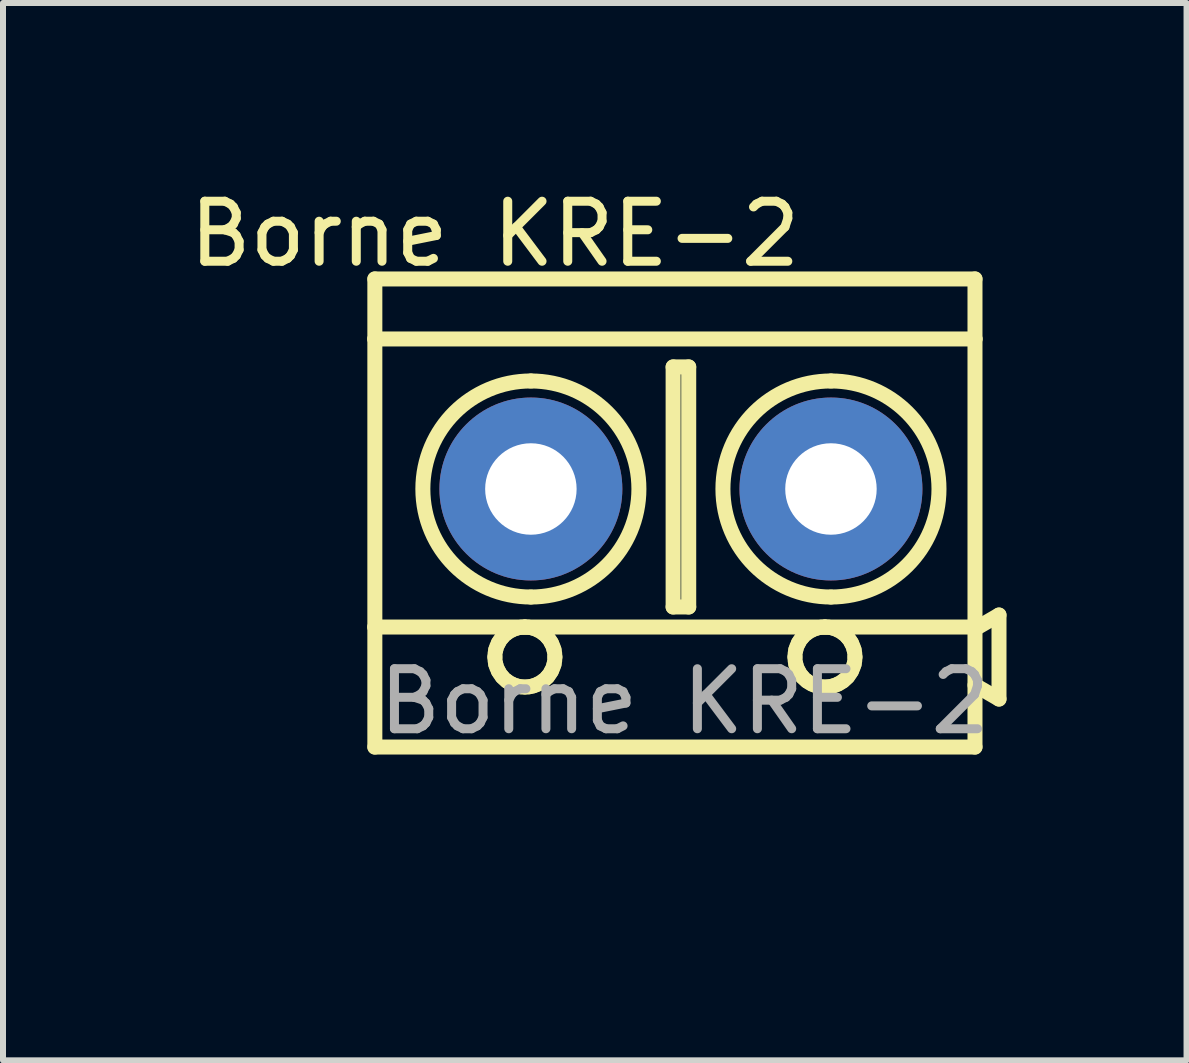
<source format=kicad_pcb>
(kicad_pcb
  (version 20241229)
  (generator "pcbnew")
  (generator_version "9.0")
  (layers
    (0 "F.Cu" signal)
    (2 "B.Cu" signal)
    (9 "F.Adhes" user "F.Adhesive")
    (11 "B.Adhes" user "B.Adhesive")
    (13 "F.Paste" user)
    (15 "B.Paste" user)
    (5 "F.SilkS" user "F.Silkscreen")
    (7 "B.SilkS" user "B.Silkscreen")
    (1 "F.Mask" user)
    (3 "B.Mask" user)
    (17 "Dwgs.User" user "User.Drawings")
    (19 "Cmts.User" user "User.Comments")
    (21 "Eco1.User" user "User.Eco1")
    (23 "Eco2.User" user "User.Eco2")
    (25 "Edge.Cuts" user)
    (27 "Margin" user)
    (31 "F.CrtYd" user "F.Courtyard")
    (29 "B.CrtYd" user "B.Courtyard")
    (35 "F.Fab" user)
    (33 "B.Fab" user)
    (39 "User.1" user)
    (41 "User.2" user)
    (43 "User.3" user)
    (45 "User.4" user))
  (footprint "Borne KRE-2"
    (layer "F.Cu")
    (at 8.516 11.368)
    (property "Reference" "Borne KRE-2" (at -3.32 -10.52 0) (unlocked yes) (layer "F.SilkS") (effects (font (size 1 1) (thickness 0.15))))
    (attr through_hole)
    (fp_line (start -5.32 -9.77) (end -5.32 -8.77) (stroke (width 0.25) (type solid)) (layer "F.SilkS"))
    (fp_line (start -5.32 -8.77) (end -5.32 -3.97) (stroke (width 0.25) (type solid)) (layer "F.SilkS"))
    (fp_line (start -5.32 -3.97) (end -5.32 -1.97) (stroke (width 0.25) (type solid)) (layer "F.SilkS"))
    (fp_line (start -2.82 -3.97) (end -5.32 -3.97) (stroke (width 0.25) (type solid)) (layer "F.SilkS"))
    (fp_line (start -0.35 -8.304) (end -0.35 -4.304) (stroke (width 0.25) (type solid)) (layer "F.SilkS"))
    (fp_line (start -0.35 -4.304) (end -0.09 -4.304) (stroke (width 0.25) (type solid)) (layer "F.SilkS"))
    (fp_line (start -0.09 -8.304) (end -0.35 -8.304) (stroke (width 0.25) (type solid)) (layer "F.SilkS"))
    (fp_line (start -0.09 -4.304) (end -0.09 -8.304) (stroke (width 0.25) (type solid)) (layer "F.SilkS"))
    (fp_line (start 2.18 -3.97) (end -2.82 -3.97) (stroke (width 0.25) (type solid)) (layer "F.SilkS"))
    (fp_line (start 4.68 -9.77) (end -5.32 -9.77) (stroke (width 0.25) (type solid)) (layer "F.SilkS"))
    (fp_line (start 4.68 -9.77) (end 4.68 -8.77) (stroke (width 0.25) (type solid)) (layer "F.SilkS"))
    (fp_line (start 4.68 -8.77) (end -5.32 -8.77) (stroke (width 0.25) (type solid)) (layer "F.SilkS"))
    (fp_line (start 4.68 -8.77) (end 4.68 -3.97) (stroke (width 0.25) (type solid)) (layer "F.SilkS"))
    (fp_line (start 4.68 -3.97) (end 2.18 -3.97) (stroke (width 0.25) (type solid)) (layer "F.SilkS"))
    (fp_line (start 4.68 -3.97) (end 4.68 -1.97) (stroke (width 0.25) (type solid)) (layer "F.SilkS"))
    (fp_line (start 4.68 -3.939) (end 5.08 -4.17) (stroke (width 0.25) (type solid)) (layer "F.SilkS"))
    (fp_line (start 4.68 -1.97) (end -5.32 -1.97) (stroke (width 0.25) (type solid)) (layer "F.SilkS"))
    (fp_line (start 5.08 -4.17) (end 5.08 -2.77) (stroke (width 0.25) (type solid)) (layer "F.SilkS"))
    (fp_line (start 5.08 -2.77) (end 4.68 -3.001) (stroke (width 0.25) (type solid)) (layer "F.SilkS"))
    (fp_arc (start -2.72 -8.07) (mid -0.919997 -6.269998) (end -2.72 -4.47) (stroke (width 0.25) (type solid)) (layer "F.SilkS"))
    (fp_arc (start -2.72 -4.47) (mid -4.519997 -6.269998) (end -2.72 -8.07) (stroke (width 0.25) (type solid)) (layer "F.SilkS"))
    (fp_arc (start 2.28 -8.07) (mid 4.079983 -6.270028) (end 2.28 -4.47) (stroke (width 0.25) (type solid)) (layer "F.SilkS"))
    (fp_arc (start 2.28 -4.47) (mid 0.479983 -6.270028) (end 2.28 -8.07) (stroke (width 0.25) (type solid)) (layer "F.SilkS"))
    (fp_curve (pts (xy -3.32 -3.47) (xy -3.32 -3.511) (xy -3.315 -3.552) (xy -3.305 -3.593)) (stroke (width 0.25) (type solid)) (layer "F.SilkS"))
    (fp_curve (pts (xy -3.305 -3.593) (xy -3.295 -3.631) (xy -3.281 -3.669) (xy -3.261 -3.705)) (stroke (width 0.25) (type solid)) (layer "F.SilkS"))
    (fp_curve (pts (xy -3.305 -3.347) (xy -3.315 -3.388) (xy -3.32 -3.429) (xy -3.32 -3.47)) (stroke (width 0.25) (type solid)) (layer "F.SilkS"))
    (fp_curve (pts (xy -3.261 -3.705) (xy -3.244 -3.737) (xy -3.223 -3.769) (xy -3.197 -3.799)) (stroke (width 0.25) (type solid)) (layer "F.SilkS"))
    (fp_curve (pts (xy -3.261 -3.235) (xy -3.281 -3.271) (xy -3.295 -3.309) (xy -3.305 -3.347)) (stroke (width 0.25) (type solid)) (layer "F.SilkS"))
    (fp_curve (pts (xy -3.197 -3.799) (xy -3.175 -3.824) (xy -3.15 -3.848) (xy -3.12 -3.87)) (stroke (width 0.25) (type solid)) (layer "F.SilkS"))
    (fp_curve (pts (xy -3.197 -3.141) (xy -3.223 -3.171) (xy -3.244 -3.203) (xy -3.261 -3.235)) (stroke (width 0.25) (type solid)) (layer "F.SilkS"))
    (fp_curve (pts (xy -3.12 -3.87) (xy -3.096 -3.888) (xy -3.069 -3.905) (xy -3.039 -3.919)) (stroke (width 0.25) (type solid)) (layer "F.SilkS"))
    (fp_curve (pts (xy -3.12 -3.07) (xy -3.15 -3.092) (xy -3.175 -3.116) (xy -3.197 -3.141)) (stroke (width 0.25) (type solid)) (layer "F.SilkS"))
    (fp_curve (pts (xy -3.039 -3.919) (xy -3.015 -3.931) (xy -2.989 -3.942) (xy -2.96 -3.95)) (stroke (width 0.25) (type solid)) (layer "F.SilkS"))
    (fp_curve (pts (xy -3.039 -3.021) (xy -3.069 -3.035) (xy -3.096 -3.052) (xy -3.12 -3.07)) (stroke (width 0.25) (type solid)) (layer "F.SilkS"))
    (fp_curve (pts (xy -2.96 -3.95) (xy -2.937 -3.957) (xy -2.912 -3.962) (xy -2.886 -3.966)) (stroke (width 0.25) (type solid)) (layer "F.SilkS"))
    (fp_curve (pts (xy -2.96 -2.99) (xy -2.989 -2.998) (xy -3.015 -3.009) (xy -3.039 -3.021)) (stroke (width 0.25) (type solid)) (layer "F.SilkS"))
    (fp_curve (pts (xy -2.886 -3.966) (xy -2.865 -3.968) (xy -2.842 -3.969) (xy -2.82 -3.97)) (stroke (width 0.25) (type solid)) (layer "F.SilkS"))
    (fp_curve (pts (xy -2.886 -2.974) (xy -2.912 -2.978) (xy -2.937 -2.983) (xy -2.96 -2.99)) (stroke (width 0.25) (type solid)) (layer "F.SilkS"))
    (fp_curve (pts (xy -2.82 -3.97) (xy -2.798 -3.969) (xy -2.775 -3.968) (xy -2.754 -3.966)) (stroke (width 0.25) (type solid)) (layer "F.SilkS"))
    (fp_curve (pts (xy -2.82 -2.97) (xy -2.842 -2.971) (xy -2.865 -2.972) (xy -2.886 -2.974)) (stroke (width 0.25) (type solid)) (layer "F.SilkS"))
    (fp_curve (pts (xy -2.754 -3.966) (xy -2.728 -3.962) (xy -2.703 -3.957) (xy -2.68 -3.95)) (stroke (width 0.25) (type solid)) (layer "F.SilkS"))
    (fp_curve (pts (xy -2.754 -2.974) (xy -2.775 -2.972) (xy -2.798 -2.971) (xy -2.82 -2.97)) (stroke (width 0.25) (type solid)) (layer "F.SilkS"))
    (fp_curve (pts (xy -2.68 -3.95) (xy -2.651 -3.942) (xy -2.625 -3.931) (xy -2.601 -3.919)) (stroke (width 0.25) (type solid)) (layer "F.SilkS"))
    (fp_curve (pts (xy -2.68 -2.99) (xy -2.703 -2.983) (xy -2.728 -2.978) (xy -2.754 -2.974)) (stroke (width 0.25) (type solid)) (layer "F.SilkS"))
    (fp_curve (pts (xy -2.601 -3.919) (xy -2.571 -3.905) (xy -2.544 -3.888) (xy -2.52 -3.87)) (stroke (width 0.25) (type solid)) (layer "F.SilkS"))
    (fp_curve (pts (xy -2.601 -3.021) (xy -2.625 -3.009) (xy -2.651 -2.998) (xy -2.68 -2.99)) (stroke (width 0.25) (type solid)) (layer "F.SilkS"))
    (fp_curve (pts (xy -2.52 -3.87) (xy -2.49 -3.848) (xy -2.465 -3.824) (xy -2.443 -3.799)) (stroke (width 0.25) (type solid)) (layer "F.SilkS"))
    (fp_curve (pts (xy -2.52 -3.07) (xy -2.544 -3.052) (xy -2.571 -3.035) (xy -2.601 -3.021)) (stroke (width 0.25) (type solid)) (layer "F.SilkS"))
    (fp_curve (pts (xy -2.443 -3.799) (xy -2.417 -3.769) (xy -2.396 -3.737) (xy -2.379 -3.705)) (stroke (width 0.25) (type solid)) (layer "F.SilkS"))
    (fp_curve (pts (xy -2.443 -3.141) (xy -2.465 -3.116) (xy -2.49 -3.092) (xy -2.52 -3.07)) (stroke (width 0.25) (type solid)) (layer "F.SilkS"))
    (fp_curve (pts (xy -2.379 -3.705) (xy -2.359 -3.669) (xy -2.345 -3.631) (xy -2.335 -3.593)) (stroke (width 0.25) (type solid)) (layer "F.SilkS"))
    (fp_curve (pts (xy -2.379 -3.235) (xy -2.396 -3.203) (xy -2.417 -3.171) (xy -2.443 -3.141)) (stroke (width 0.25) (type solid)) (layer "F.SilkS"))
    (fp_curve (pts (xy -2.335 -3.593) (xy -2.325 -3.552) (xy -2.32 -3.511) (xy -2.32 -3.47)) (stroke (width 0.25) (type solid)) (layer "F.SilkS"))
    (fp_curve (pts (xy -2.335 -3.347) (xy -2.345 -3.309) (xy -2.359 -3.271) (xy -2.379 -3.235)) (stroke (width 0.25) (type solid)) (layer "F.SilkS"))
    (fp_curve (pts (xy -2.32 -3.47) (xy -2.32 -3.429) (xy -2.325 -3.388) (xy -2.335 -3.347)) (stroke (width 0.25) (type solid)) (layer "F.SilkS"))
    (fp_curve (pts (xy 1.68 -3.47) (xy 1.68 -3.511) (xy 1.685 -3.552) (xy 1.695 -3.593)) (stroke (width 0.25) (type solid)) (layer "F.SilkS"))
    (fp_curve (pts (xy 1.695 -3.593) (xy 1.705 -3.631) (xy 1.719 -3.669) (xy 1.739 -3.705)) (stroke (width 0.25) (type solid)) (layer "F.SilkS"))
    (fp_curve (pts (xy 1.695 -3.347) (xy 1.685 -3.388) (xy 1.68 -3.429) (xy 1.68 -3.47)) (stroke (width 0.25) (type solid)) (layer "F.SilkS"))
    (fp_curve (pts (xy 1.739 -3.705) (xy 1.756 -3.737) (xy 1.777 -3.769) (xy 1.803 -3.799)) (stroke (width 0.25) (type solid)) (layer "F.SilkS"))
    (fp_curve (pts (xy 1.739 -3.235) (xy 1.719 -3.271) (xy 1.705 -3.309) (xy 1.695 -3.347)) (stroke (width 0.25) (type solid)) (layer "F.SilkS"))
    (fp_curve (pts (xy 1.803 -3.799) (xy 1.825 -3.824) (xy 1.85 -3.848) (xy 1.88 -3.87)) (stroke (width 0.25) (type solid)) (layer "F.SilkS"))
    (fp_curve (pts (xy 1.803 -3.141) (xy 1.777 -3.171) (xy 1.756 -3.203) (xy 1.739 -3.235)) (stroke (width 0.25) (type solid)) (layer "F.SilkS"))
    (fp_curve (pts (xy 1.88 -3.87) (xy 1.904 -3.888) (xy 1.931 -3.905) (xy 1.961 -3.919)) (stroke (width 0.25) (type solid)) (layer "F.SilkS"))
    (fp_curve (pts (xy 1.88 -3.07) (xy 1.85 -3.092) (xy 1.825 -3.116) (xy 1.803 -3.141)) (stroke (width 0.25) (type solid)) (layer "F.SilkS"))
    (fp_curve (pts (xy 1.961 -3.919) (xy 1.985 -3.931) (xy 2.011 -3.942) (xy 2.04 -3.95)) (stroke (width 0.25) (type solid)) (layer "F.SilkS"))
    (fp_curve (pts (xy 1.961 -3.021) (xy 1.931 -3.035) (xy 1.904 -3.052) (xy 1.88 -3.07)) (stroke (width 0.25) (type solid)) (layer "F.SilkS"))
    (fp_curve (pts (xy 2.04 -3.95) (xy 2.063 -3.957) (xy 2.088 -3.962) (xy 2.114 -3.966)) (stroke (width 0.25) (type solid)) (layer "F.SilkS"))
    (fp_curve (pts (xy 2.04 -2.99) (xy 2.011 -2.998) (xy 1.985 -3.009) (xy 1.961 -3.021)) (stroke (width 0.25) (type solid)) (layer "F.SilkS"))
    (fp_curve (pts (xy 2.114 -3.966) (xy 2.135 -3.968) (xy 2.158 -3.969) (xy 2.18 -3.97)) (stroke (width 0.25) (type solid)) (layer "F.SilkS"))
    (fp_curve (pts (xy 2.114 -2.974) (xy 2.088 -2.978) (xy 2.063 -2.983) (xy 2.04 -2.99)) (stroke (width 0.25) (type solid)) (layer "F.SilkS"))
    (fp_curve (pts (xy 2.18 -3.97) (xy 2.202 -3.969) (xy 2.225 -3.968) (xy 2.246 -3.966)) (stroke (width 0.25) (type solid)) (layer "F.SilkS"))
    (fp_curve (pts (xy 2.18 -2.97) (xy 2.158 -2.971) (xy 2.135 -2.972) (xy 2.114 -2.974)) (stroke (width 0.25) (type solid)) (layer "F.SilkS"))
    (fp_curve (pts (xy 2.246 -3.966) (xy 2.272 -3.962) (xy 2.297 -3.957) (xy 2.32 -3.95)) (stroke (width 0.25) (type solid)) (layer "F.SilkS"))
    (fp_curve (pts (xy 2.246 -2.974) (xy 2.225 -2.972) (xy 2.202 -2.971) (xy 2.18 -2.97)) (stroke (width 0.25) (type solid)) (layer "F.SilkS"))
    (fp_curve (pts (xy 2.32 -3.95) (xy 2.349 -3.942) (xy 2.375 -3.931) (xy 2.399 -3.919)) (stroke (width 0.25) (type solid)) (layer "F.SilkS"))
    (fp_curve (pts (xy 2.32 -2.99) (xy 2.297 -2.983) (xy 2.272 -2.978) (xy 2.246 -2.974)) (stroke (width 0.25) (type solid)) (layer "F.SilkS"))
    (fp_curve (pts (xy 2.399 -3.919) (xy 2.429 -3.905) (xy 2.456 -3.888) (xy 2.48 -3.87)) (stroke (width 0.25) (type solid)) (layer "F.SilkS"))
    (fp_curve (pts (xy 2.399 -3.021) (xy 2.375 -3.009) (xy 2.349 -2.998) (xy 2.32 -2.99)) (stroke (width 0.25) (type solid)) (layer "F.SilkS"))
    (fp_curve (pts (xy 2.48 -3.87) (xy 2.51 -3.848) (xy 2.535 -3.824) (xy 2.557 -3.799)) (stroke (width 0.25) (type solid)) (layer "F.SilkS"))
    (fp_curve (pts (xy 2.48 -3.07) (xy 2.456 -3.052) (xy 2.429 -3.035) (xy 2.399 -3.021)) (stroke (width 0.25) (type solid)) (layer "F.SilkS"))
    (fp_curve (pts (xy 2.557 -3.799) (xy 2.583 -3.769) (xy 2.604 -3.737) (xy 2.621 -3.705)) (stroke (width 0.25) (type solid)) (layer "F.SilkS"))
    (fp_curve (pts (xy 2.557 -3.141) (xy 2.535 -3.116) (xy 2.51 -3.092) (xy 2.48 -3.07)) (stroke (width 0.25) (type solid)) (layer "F.SilkS"))
    (fp_curve (pts (xy 2.621 -3.705) (xy 2.641 -3.669) (xy 2.655 -3.631) (xy 2.665 -3.593)) (stroke (width 0.25) (type solid)) (layer "F.SilkS"))
    (fp_curve (pts (xy 2.621 -3.235) (xy 2.604 -3.203) (xy 2.583 -3.171) (xy 2.557 -3.141)) (stroke (width 0.25) (type solid)) (layer "F.SilkS"))
    (fp_curve (pts (xy 2.665 -3.593) (xy 2.675 -3.552) (xy 2.68 -3.511) (xy 2.68 -3.47)) (stroke (width 0.25) (type solid)) (layer "F.SilkS"))
    (fp_curve (pts (xy 2.665 -3.347) (xy 2.655 -3.309) (xy 2.641 -3.271) (xy 2.621 -3.235)) (stroke (width 0.25) (type solid)) (layer "F.SilkS"))
    (fp_curve (pts (xy 2.68 -3.47) (xy 2.68 -3.429) (xy 2.675 -3.388) (xy 2.665 -3.347)) (stroke (width 0.25) (type solid)) (layer "F.SilkS"))
    (fp_text user "${REFERENCE}" (at -0.16 -2.73 0) (unlocked yes) (layer "F.Fab") (effects (font (size 1 1) (thickness 0.15))))
    (pad "1" thru_hole circle (at 2.28 -6.27) (size 3.048 3.048) (drill 1.524) (layers "*.Cu" "*.Mask"))
    (pad "2" thru_hole circle (at -2.72 -6.27) (size 3.048 3.048) (drill 1.524) (layers "*.Cu" "*.Mask")))
  (gr_rect
    (start -3 -3)
    (end 16.721 14.618)
    (stroke (width 0.1) (type default))
    (fill no)
    (layer "Edge.Cuts")))
</source>
